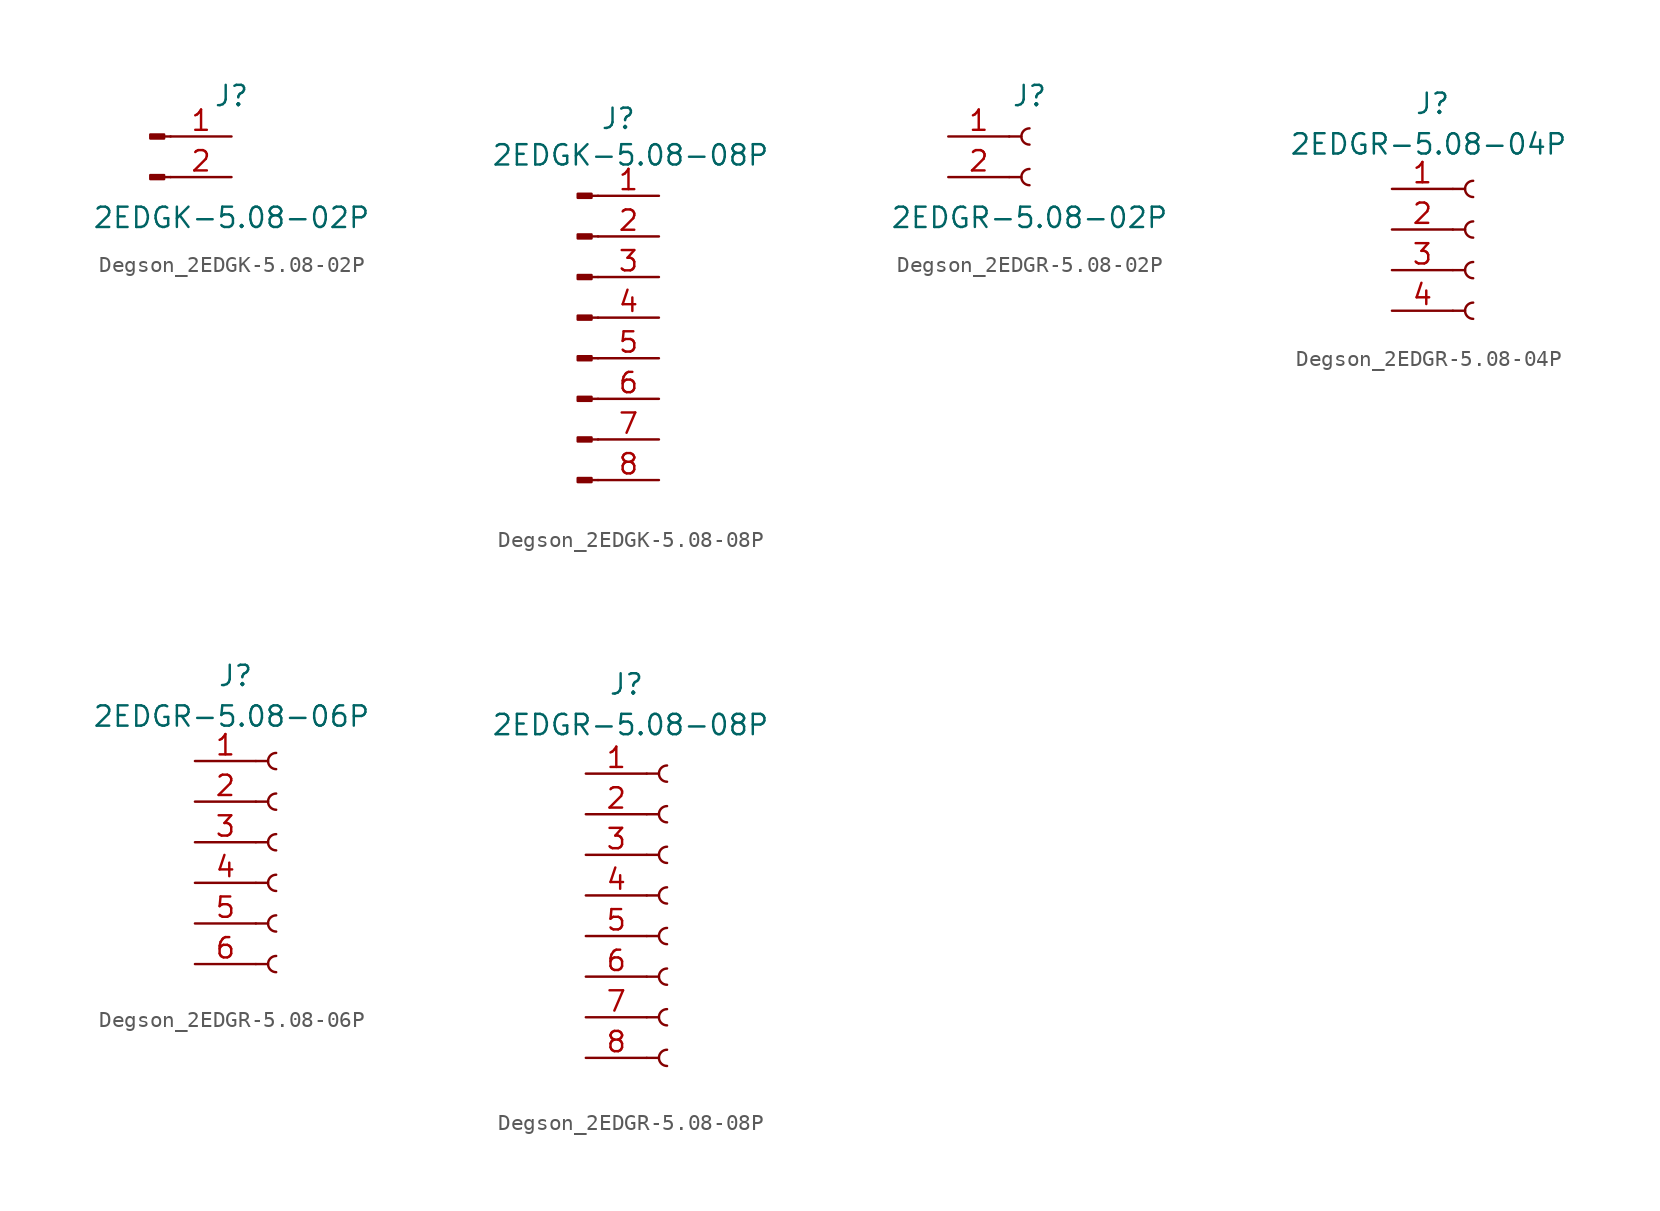
<source format=kicad_sym>
(kicad_symbol_lib
  (version 20231120)
  (generator "kicad_symbol_editor")
  (generator_version "8.0")
  (symbol "Degson_2EDGK-5.08-02P"
    (pin_names
      (offset 1.016) hide)
    (property "Reference" "J"
      (at 0 2.54 0)
      (effects (font (size 1.27 1.27))))
    (property "Value" "2EDGK-5.08-02P"
      (at 0 -5.08 0)
      (effects (font (size 1.27 1.27))))
    (symbol "Degson_2EDGK-5.08-02P_1_1"
      (rectangle (start -4.216 -2.413) (end -5.08 -2.667) (stroke (width 0.152) (type default)) (fill (type outline)))
      (rectangle (start -4.216 0.127) (end -5.08 -0.127) (stroke (width 0.152) (type default)) (fill (type outline)))
      (polyline (pts (xy -3.81 -2.54) (xy -4.216 -2.54)) (stroke (width 0.152) (type default)) (fill (type none)))
      (polyline (pts (xy -3.81 0) (xy -4.216 0)) (stroke (width 0.152) (type default)) (fill (type none)))
      (pin passive line (at 0 0 180) (length 3.81) (name "Pin_1" (effects (font (size 1.27 1.27)))) (number "1" (effects (font (size 1.27 1.27)))))
      (pin passive line (at 0 -2.54 180) (length 3.81) (name "Pin_2" (effects (font (size 1.27 1.27)))) (number "2" (effects (font (size 1.27 1.27)))))))
  (symbol "Degson_2EDGK-5.08-08P"
    (pin_names
      (offset 1.016) hide)
    (property "Reference" "J"
      (at 0 4.826 0)
      (effects (font (size 1.27 1.27))))
    (property "Value" "2EDGK-5.08-08P"
      (at 0.762 2.54 0)
      (effects (font (size 1.27 1.27))))
    (symbol "Degson_2EDGK-5.08-08P_1_1"
      (rectangle (start -1.676 -17.653) (end -2.54 -17.907) (stroke (width 0.152) (type default)) (fill (type outline)))
      (rectangle (start -1.676 -15.113) (end -2.54 -15.367) (stroke (width 0.152) (type default)) (fill (type outline)))
      (rectangle (start -1.676 -12.573) (end -2.54 -12.827) (stroke (width 0.152) (type default)) (fill (type outline)))
      (rectangle (start -1.676 -10.033) (end -2.54 -10.287) (stroke (width 0.152) (type default)) (fill (type outline)))
      (rectangle (start -1.676 -7.493) (end -2.54 -7.747) (stroke (width 0.152) (type default)) (fill (type outline)))
      (rectangle (start -1.676 -4.953) (end -2.54 -5.207) (stroke (width 0.152) (type default)) (fill (type outline)))
      (rectangle (start -1.676 -2.413) (end -2.54 -2.667) (stroke (width 0.152) (type default)) (fill (type outline)))
      (rectangle (start -1.676 0.127) (end -2.54 -0.127) (stroke (width 0.152) (type default)) (fill (type outline)))
      (polyline (pts (xy -1.27 -17.78) (xy -1.676 -17.78)) (stroke (width 0.152) (type default)) (fill (type none)))
      (polyline (pts (xy -1.27 -15.24) (xy -1.676 -15.24)) (stroke (width 0.152) (type default)) (fill (type none)))
      (polyline (pts (xy -1.27 -12.7) (xy -1.676 -12.7)) (stroke (width 0.152) (type default)) (fill (type none)))
      (polyline (pts (xy -1.27 -10.16) (xy -1.676 -10.16)) (stroke (width 0.152) (type default)) (fill (type none)))
      (polyline (pts (xy -1.27 -7.62) (xy -1.676 -7.62)) (stroke (width 0.152) (type default)) (fill (type none)))
      (polyline (pts (xy -1.27 -5.08) (xy -1.676 -5.08)) (stroke (width 0.152) (type default)) (fill (type none)))
      (polyline (pts (xy -1.27 -2.54) (xy -1.676 -2.54)) (stroke (width 0.152) (type default)) (fill (type none)))
      (polyline (pts (xy -1.27 0) (xy -1.676 0)) (stroke (width 0.152) (type default)) (fill (type none)))
      (pin passive line (at 2.54 0 180) (length 3.81) (name "Pin_1" (effects (font (size 1.27 1.27)))) (number "1" (effects (font (size 1.27 1.27)))))
      (pin passive line (at 2.54 -2.54 180) (length 3.81) (name "Pin_2" (effects (font (size 1.27 1.27)))) (number "2" (effects (font (size 1.27 1.27)))))
      (pin passive line (at 2.54 -5.08 180) (length 3.81) (name "Pin_3" (effects (font (size 1.27 1.27)))) (number "3" (effects (font (size 1.27 1.27)))))
      (pin passive line (at 2.54 -7.62 180) (length 3.81) (name "Pin_4" (effects (font (size 1.27 1.27)))) (number "4" (effects (font (size 1.27 1.27)))))
      (pin passive line (at 2.54 -10.16 180) (length 3.81) (name "Pin_5" (effects (font (size 1.27 1.27)))) (number "5" (effects (font (size 1.27 1.27)))))
      (pin passive line (at 2.54 -12.7 180) (length 3.81) (name "Pin_6" (effects (font (size 1.27 1.27)))) (number "6" (effects (font (size 1.27 1.27)))))
      (pin passive line (at 2.54 -15.24 180) (length 3.81) (name "Pin_7" (effects (font (size 1.27 1.27)))) (number "7" (effects (font (size 1.27 1.27)))))
      (pin passive line (at 2.54 -17.78 180) (length 3.81) (name "Pin_8" (effects (font (size 1.27 1.27)))) (number "8" (effects (font (size 1.27 1.27)))))))
  (symbol "Degson_2EDGR-5.08-02P"
    (pin_names
      (offset 1.016) hide)
    (property "Reference" "J"
      (at 0 2.54 0)
      (effects (font (size 1.27 1.27))))
    (property "Value" "2EDGR-5.08-02P"
      (at 0 -5.08 0)
      (effects (font (size 1.27 1.27))))
    (symbol "Degson_2EDGR-5.08-02P_1_1"
      (arc (start 0 -2.032) (mid -0.5058 -2.54) (end 0 -3.048) (stroke (width 0.1524) (type default)) (fill (type none)))
      (polyline (pts (xy -1.27 -2.54) (xy -0.508 -2.54)) (stroke (width 0.152) (type default)) (fill (type none)))
      (polyline (pts (xy -1.27 0) (xy -0.508 0)) (stroke (width 0.152) (type default)) (fill (type none)))
      (arc (start 0 0.508) (mid -0.5058 0) (end 0 -0.508) (stroke (width 0.1524) (type default)) (fill (type none)))
      (pin passive line (at -5.08 0 0) (length 3.81) (name "Pin_1" (effects (font (size 1.27 1.27)))) (number "1" (effects (font (size 1.27 1.27)))))
      (pin passive line (at -5.08 -2.54 0) (length 3.81) (name "Pin_2" (effects (font (size 1.27 1.27)))) (number "2" (effects (font (size 1.27 1.27)))))))
  (symbol "Degson_2EDGR-5.08-04P"
    (pin_names
      (offset 1.016) hide)
    (property "Reference" "J"
      (at 0 5.334 0)
      (effects (font (size 1.27 1.27))))
    (property "Value" "2EDGR-5.08-04P"
      (at -0.254 2.794 0)
      (effects (font (size 1.27 1.27))))
    (symbol "Degson_2EDGR-5.08-04P_1_1"
      (polyline (pts (xy 1.27 -7.62) (xy 2.032 -7.62)) (stroke (width 0.152) (type default)) (fill (type none)))
      (polyline (pts (xy 1.27 -5.08) (xy 2.032 -5.08)) (stroke (width 0.152) (type default)) (fill (type none)))
      (polyline (pts (xy 1.27 -2.54) (xy 2.032 -2.54)) (stroke (width 0.152) (type default)) (fill (type none)))
      (polyline (pts (xy 1.27 0) (xy 2.032 0)) (stroke (width 0.152) (type default)) (fill (type none)))
      (arc (start 2.54 -7.112) (mid 2.0342 -7.62) (end 2.54 -8.128) (stroke (width 0.1524) (type default)) (fill (type none)))
      (arc (start 2.54 -4.572) (mid 2.0342 -5.08) (end 2.54 -5.588) (stroke (width 0.1524) (type default)) (fill (type none)))
      (arc (start 2.54 -2.032) (mid 2.0342 -2.54) (end 2.54 -3.048) (stroke (width 0.1524) (type default)) (fill (type none)))
      (arc (start 2.54 0.508) (mid 2.0342 0) (end 2.54 -0.508) (stroke (width 0.1524) (type default)) (fill (type none)))
      (pin passive line (at -2.54 0 0) (length 3.81) (name "Pin_1" (effects (font (size 1.27 1.27)))) (number "1" (effects (font (size 1.27 1.27)))))
      (pin passive line (at -2.54 -2.54 0) (length 3.81) (name "Pin_2" (effects (font (size 1.27 1.27)))) (number "2" (effects (font (size 1.27 1.27)))))
      (pin passive line (at -2.54 -5.08 0) (length 3.81) (name "Pin_3" (effects (font (size 1.27 1.27)))) (number "3" (effects (font (size 1.27 1.27)))))
      (pin passive line (at -2.54 -7.62 0) (length 3.81) (name "Pin_4" (effects (font (size 1.27 1.27)))) (number "4" (effects (font (size 1.27 1.27)))))))
  (symbol "Degson_2EDGR-5.08-06P"
    (pin_names
      (offset 1.016) hide)
    (property "Reference" "J"
      (at 0 5.334 0)
      (effects (font (size 1.27 1.27))))
    (property "Value" "2EDGR-5.08-06P"
      (at -0.254 2.794 0)
      (effects (font (size 1.27 1.27))))
    (symbol "Degson_2EDGR-5.08-06P_1_1"
      (polyline (pts (xy 1.27 -12.7) (xy 2.032 -12.7)) (stroke (width 0.152) (type default)) (fill (type none)))
      (polyline (pts (xy 1.27 -10.16) (xy 2.032 -10.16)) (stroke (width 0.152) (type default)) (fill (type none)))
      (polyline (pts (xy 1.27 -7.62) (xy 2.032 -7.62)) (stroke (width 0.152) (type default)) (fill (type none)))
      (polyline (pts (xy 1.27 -5.08) (xy 2.032 -5.08)) (stroke (width 0.152) (type default)) (fill (type none)))
      (polyline (pts (xy 1.27 -2.54) (xy 2.032 -2.54)) (stroke (width 0.152) (type default)) (fill (type none)))
      (polyline (pts (xy 1.27 0) (xy 2.032 0)) (stroke (width 0.152) (type default)) (fill (type none)))
      (arc (start 2.54 -12.192) (mid 2.0342 -12.7) (end 2.54 -13.208) (stroke (width 0.1524) (type default)) (fill (type none)))
      (arc (start 2.54 -9.652) (mid 2.0342 -10.16) (end 2.54 -10.668) (stroke (width 0.1524) (type default)) (fill (type none)))
      (arc (start 2.54 -7.112) (mid 2.0342 -7.62) (end 2.54 -8.128) (stroke (width 0.1524) (type default)) (fill (type none)))
      (arc (start 2.54 -4.572) (mid 2.0342 -5.08) (end 2.54 -5.588) (stroke (width 0.1524) (type default)) (fill (type none)))
      (arc (start 2.54 -2.032) (mid 2.0342 -2.54) (end 2.54 -3.048) (stroke (width 0.1524) (type default)) (fill (type none)))
      (arc (start 2.54 0.508) (mid 2.0342 0) (end 2.54 -0.508) (stroke (width 0.1524) (type default)) (fill (type none)))
      (pin passive line (at -2.54 0 0) (length 3.81) (name "Pin_1" (effects (font (size 1.27 1.27)))) (number "1" (effects (font (size 1.27 1.27)))))
      (pin passive line (at -2.54 -2.54 0) (length 3.81) (name "Pin_2" (effects (font (size 1.27 1.27)))) (number "2" (effects (font (size 1.27 1.27)))))
      (pin passive line (at -2.54 -5.08 0) (length 3.81) (name "Pin_3" (effects (font (size 1.27 1.27)))) (number "3" (effects (font (size 1.27 1.27)))))
      (pin passive line (at -2.54 -7.62 0) (length 3.81) (name "Pin_4" (effects (font (size 1.27 1.27)))) (number "4" (effects (font (size 1.27 1.27)))))
      (pin passive line (at -2.54 -10.16 0) (length 3.81) (name "Pin_5" (effects (font (size 1.27 1.27)))) (number "5" (effects (font (size 1.27 1.27)))))
      (pin passive line (at -2.54 -12.7 0) (length 3.81) (name "Pin_6" (effects (font (size 1.27 1.27)))) (number "6" (effects (font (size 1.27 1.27)))))))
  (symbol "Degson_2EDGR-5.08-08P"
    (pin_names
      (offset 1.016) hide)
    (property "Reference" "J"
      (at 0 5.588 0)
      (effects (font (size 1.27 1.27))))
    (property "Value" "2EDGR-5.08-08P"
      (at 0.254 3.048 0)
      (effects (font (size 1.27 1.27))))
    (symbol "Degson_2EDGR-5.08-08P_1_1"
      (polyline (pts (xy 1.27 -17.78) (xy 2.032 -17.78)) (stroke (width 0.152) (type default)) (fill (type none)))
      (polyline (pts (xy 1.27 -15.24) (xy 2.032 -15.24)) (stroke (width 0.152) (type default)) (fill (type none)))
      (polyline (pts (xy 1.27 -12.7) (xy 2.032 -12.7)) (stroke (width 0.152) (type default)) (fill (type none)))
      (polyline (pts (xy 1.27 -10.16) (xy 2.032 -10.16)) (stroke (width 0.152) (type default)) (fill (type none)))
      (polyline (pts (xy 1.27 -7.62) (xy 2.032 -7.62)) (stroke (width 0.152) (type default)) (fill (type none)))
      (polyline (pts (xy 1.27 -5.08) (xy 2.032 -5.08)) (stroke (width 0.152) (type default)) (fill (type none)))
      (polyline (pts (xy 1.27 -2.54) (xy 2.032 -2.54)) (stroke (width 0.152) (type default)) (fill (type none)))
      (polyline (pts (xy 1.27 0) (xy 2.032 0)) (stroke (width 0.152) (type default)) (fill (type none)))
      (arc (start 2.54 -17.272) (mid 2.0342 -17.78) (end 2.54 -18.288) (stroke (width 0.1524) (type default)) (fill (type none)))
      (arc (start 2.54 -14.732) (mid 2.0342 -15.24) (end 2.54 -15.748) (stroke (width 0.1524) (type default)) (fill (type none)))
      (arc (start 2.54 -12.192) (mid 2.0342 -12.7) (end 2.54 -13.208) (stroke (width 0.1524) (type default)) (fill (type none)))
      (arc (start 2.54 -9.652) (mid 2.0342 -10.16) (end 2.54 -10.668) (stroke (width 0.1524) (type default)) (fill (type none)))
      (arc (start 2.54 -7.112) (mid 2.0342 -7.62) (end 2.54 -8.128) (stroke (width 0.1524) (type default)) (fill (type none)))
      (arc (start 2.54 -4.572) (mid 2.0342 -5.08) (end 2.54 -5.588) (stroke (width 0.1524) (type default)) (fill (type none)))
      (arc (start 2.54 -2.032) (mid 2.0342 -2.54) (end 2.54 -3.048) (stroke (width 0.1524) (type default)) (fill (type none)))
      (arc (start 2.54 0.508) (mid 2.0342 0) (end 2.54 -0.508) (stroke (width 0.1524) (type default)) (fill (type none)))
      (pin passive line (at -2.54 0 0) (length 3.81) (name "Pin_1" (effects (font (size 1.27 1.27)))) (number "1" (effects (font (size 1.27 1.27)))))
      (pin passive line (at -2.54 -2.54 0) (length 3.81) (name "Pin_2" (effects (font (size 1.27 1.27)))) (number "2" (effects (font (size 1.27 1.27)))))
      (pin passive line (at -2.54 -5.08 0) (length 3.81) (name "Pin_3" (effects (font (size 1.27 1.27)))) (number "3" (effects (font (size 1.27 1.27)))))
      (pin passive line (at -2.54 -7.62 0) (length 3.81) (name "Pin_4" (effects (font (size 1.27 1.27)))) (number "4" (effects (font (size 1.27 1.27)))))
      (pin passive line (at -2.54 -10.16 0) (length 3.81) (name "Pin_5" (effects (font (size 1.27 1.27)))) (number "5" (effects (font (size 1.27 1.27)))))
      (pin passive line (at -2.54 -12.7 0) (length 3.81) (name "Pin_6" (effects (font (size 1.27 1.27)))) (number "6" (effects (font (size 1.27 1.27)))))
      (pin passive line (at -2.54 -15.24 0) (length 3.81) (name "Pin_7" (effects (font (size 1.27 1.27)))) (number "7" (effects (font (size 1.27 1.27)))))
      (pin passive line (at -2.54 -17.78 0) (length 3.81) (name "Pin_8" (effects (font (size 1.27 1.27)))) (number "8" (effects (font (size 1.27 1.27))))))))
</source>
